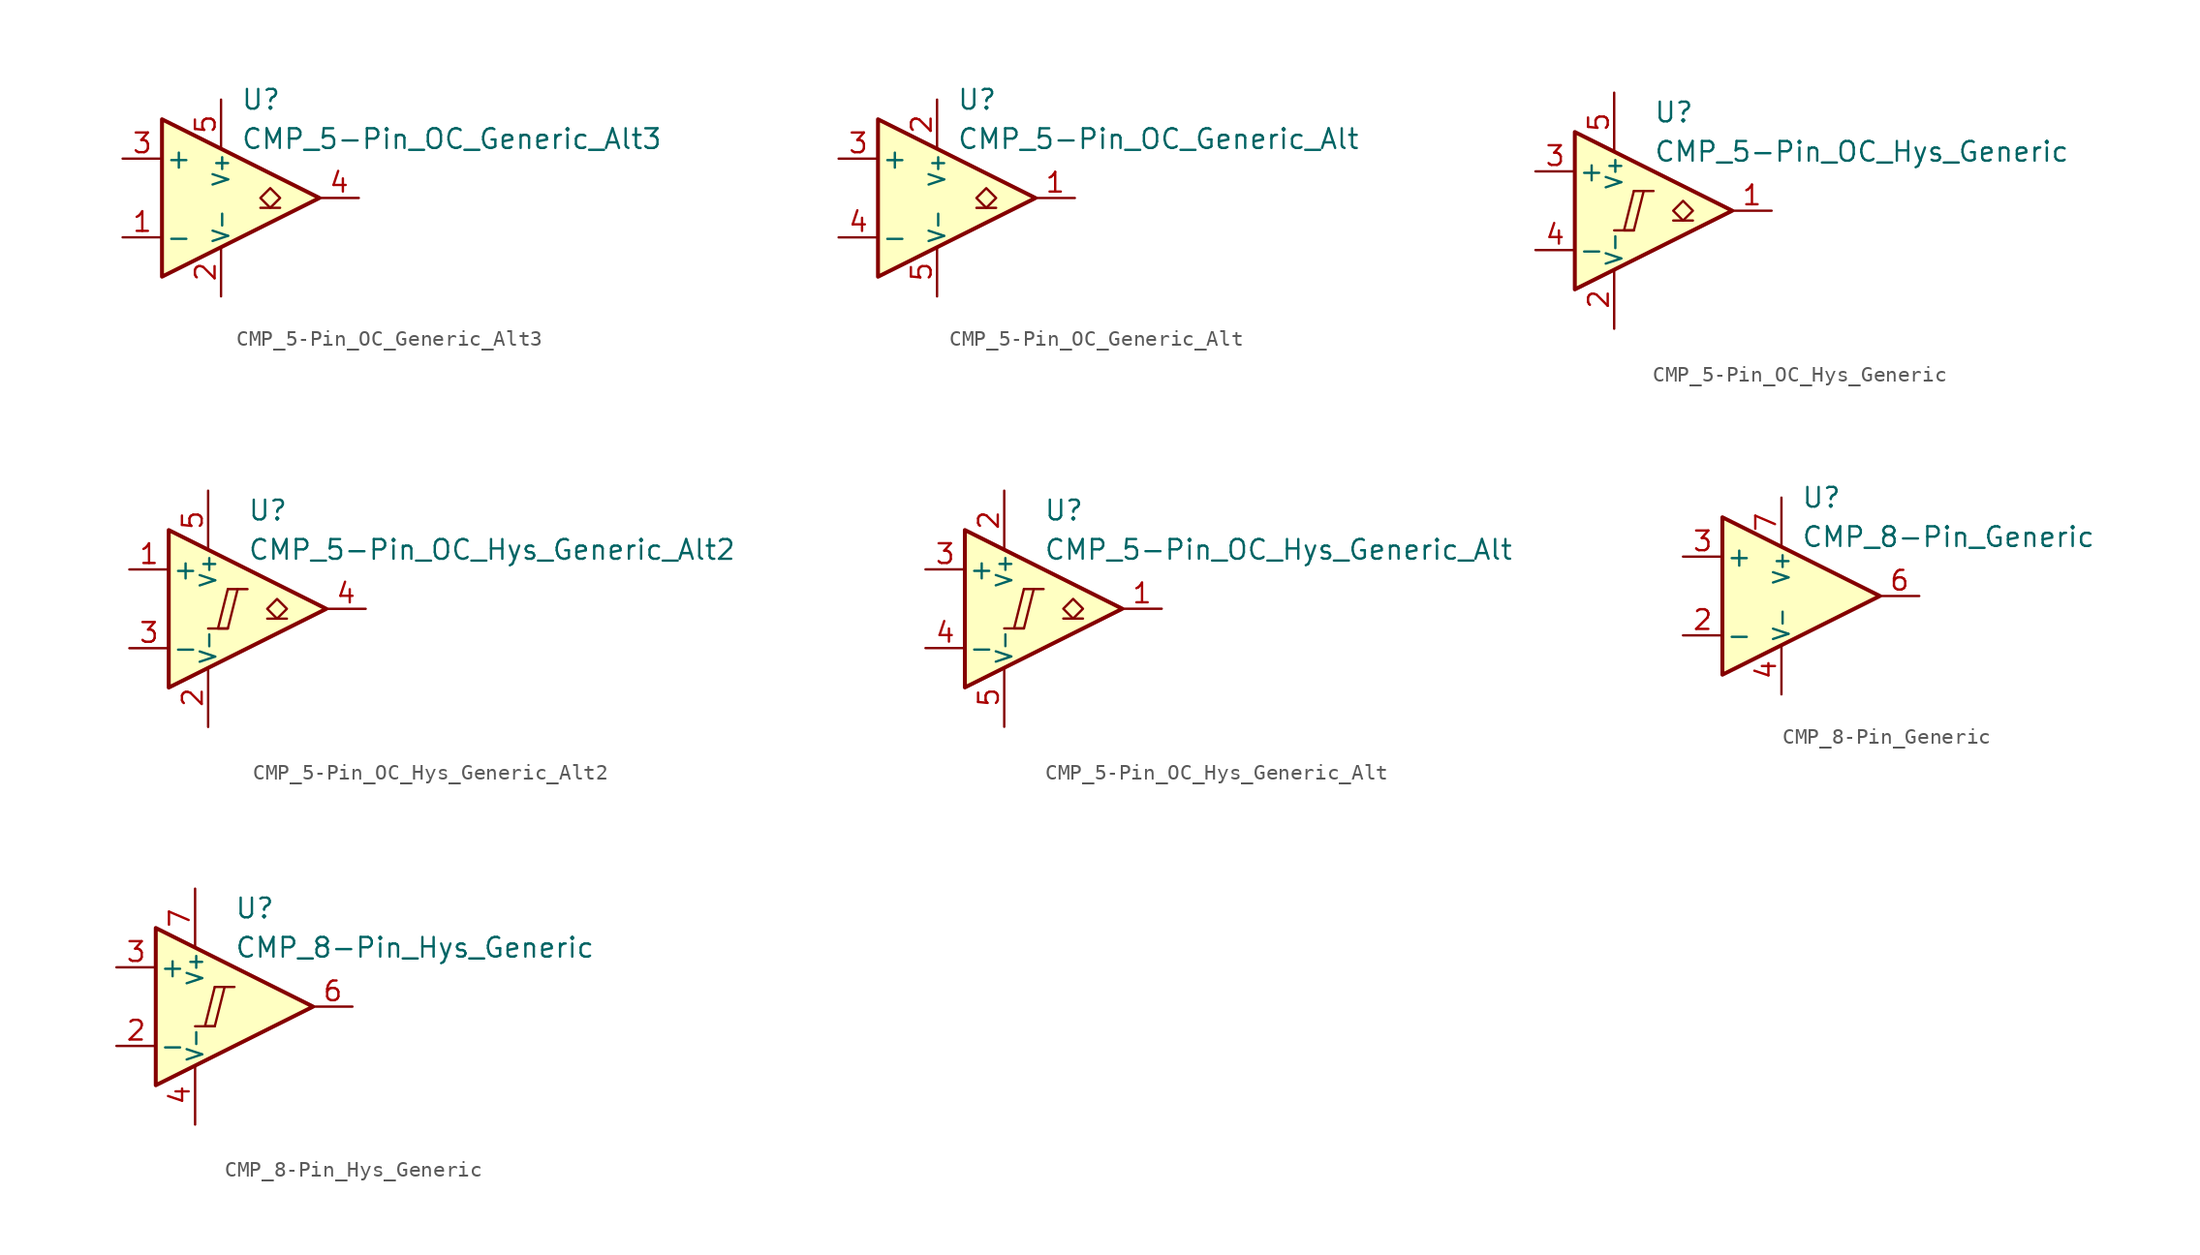
<source format=kicad_sym>
(kicad_symbol_lib
  (version 20211014)
  (generator kicad_symbol_editor)
  (symbol "CMP_5-Pin_OC_Generic_Alt3"
    (pin_names
      (offset 0.2))
    (property "Reference" "U"
      (at 1.27 6.35 0)
      (effects (font (size 1.27 1.27)) (justify left)))
    (property "Value" "CMP_5-Pin_OC_Generic_Alt3"
      (at 1.27 3.81 0)
      (effects (font (size 1.27 1.27)) (justify left)))
    (symbol "CMP_5-Pin_OC_Generic_Alt3_0_1"
      (polyline (pts (xy -3.81 5.08) (xy -3.81 -5.08) (xy 6.35 0) (xy -3.81 5.08)) (stroke (width 0.254) (type default) (color 0 0 0 0)) (fill (type background))))
    (symbol "CMP_5-Pin_OC_Generic_Alt3_1_1"
      (polyline (pts (xy 3.81 -0.635) (xy 2.54 -0.635)) (stroke (width 0.152) (type default) (color 0 0 0 0)) (fill (type none)))
      (polyline (pts (xy 3.175 -0.635) (xy 2.54 0) (xy 3.175 0.635) (xy 3.81 0) (xy 3.175 -0.635)) (stroke (width 0.152) (type default) (color 0 0 0 0)) (fill (type none)))
      (pin input line (at -6.35 -2.54 0) (length 2.54) (name "-" (effects (font (size 1.27 1.27)))) (number "1" (effects (font (size 1.27 1.27)))))
      (pin power_in line (at 0 -6.35 90) (length 3.18) (name "V-" (effects (font (size 1 1)))) (number "2" (effects (font (size 1.27 1.27)))))
      (pin input line (at -6.35 2.54 0) (length 2.54) (name "+" (effects (font (size 1.27 1.27)))) (number "3" (effects (font (size 1.27 1.27)))))
      (pin open_collector line (at 8.89 0 180) (length 2.54) (name "~" (effects (font (size 1.27 1.27)))) (number "4" (effects (font (size 1.27 1.27)))))
      (pin power_in line (at 0 6.35 270) (length 3.18) (name "V+" (effects (font (size 1 1)))) (number "5" (effects (font (size 1.27 1.27)))))))
  (symbol "CMP_5-Pin_OC_Generic_Alt"
    (pin_names
      (offset 0.2))
    (property "Reference" "U"
      (at 1.27 6.35 0)
      (effects (font (size 1.27 1.27)) (justify left)))
    (property "Value" "CMP_5-Pin_OC_Generic_Alt"
      (at 1.27 3.81 0)
      (effects (font (size 1.27 1.27)) (justify left)))
    (symbol "CMP_5-Pin_OC_Generic_Alt_0_1"
      (polyline (pts (xy -3.81 5.08) (xy -3.81 -5.08) (xy 6.35 0) (xy -3.81 5.08)) (stroke (width 0.254) (type default) (color 0 0 0 0)) (fill (type background))))
    (symbol "CMP_5-Pin_OC_Generic_Alt_1_1"
      (polyline (pts (xy 3.81 -0.635) (xy 2.54 -0.635)) (stroke (width 0.152) (type default) (color 0 0 0 0)) (fill (type none)))
      (polyline (pts (xy 3.175 -0.635) (xy 2.54 0) (xy 3.175 0.635) (xy 3.81 0) (xy 3.175 -0.635)) (stroke (width 0.152) (type default) (color 0 0 0 0)) (fill (type none)))
      (pin open_collector line (at 8.89 0 180) (length 2.54) (name "~" (effects (font (size 1.27 1.27)))) (number "1" (effects (font (size 1.27 1.27)))))
      (pin power_in line (at 0 6.35 270) (length 3.18) (name "V+" (effects (font (size 1 1)))) (number "2" (effects (font (size 1.27 1.27)))))
      (pin input line (at -6.35 2.54 0) (length 2.54) (name "+" (effects (font (size 1.27 1.27)))) (number "3" (effects (font (size 1.27 1.27)))))
      (pin input line (at -6.35 -2.54 0) (length 2.54) (name "-" (effects (font (size 1.27 1.27)))) (number "4" (effects (font (size 1.27 1.27)))))
      (pin power_in line (at 0 -6.35 90) (length 3.18) (name "V-" (effects (font (size 1 1)))) (number "5" (effects (font (size 1.27 1.27)))))))
  (symbol "CMP_5-Pin_OC_Hys_Generic"
    (pin_names
      (offset 0.2))
    (property "Reference" "U"
      (at 1.27 6.35 0)
      (effects (font (size 1.27 1.27)) (justify left)))
    (property "Value" "CMP_5-Pin_OC_Hys_Generic"
      (at 1.27 3.81 0)
      (effects (font (size 1.27 1.27)) (justify left)))
    (symbol "CMP_5-Pin_OC_Hys_Generic_0_0"
      (polyline (pts (xy -1.27 -1.27) (xy 0 -1.27)) (stroke (width 0.152) (type default) (color 0 0 0 0)) (fill (type none)))
      (polyline (pts (xy 0 1.27) (xy 1.27 1.27)) (stroke (width 0.152) (type default) (color 0 0 0 0)) (fill (type none)))
      (polyline (pts (xy 0 1.27) (xy -0.635 -1.27) (xy 0 -1.27) (xy 0.635 1.27)) (stroke (width 0.152) (type default) (color 0 0 0 0)) (fill (type none))))
    (symbol "CMP_5-Pin_OC_Hys_Generic_0_1"
      (polyline (pts (xy -3.81 5.08) (xy -3.81 -5.08) (xy 6.35 0) (xy -3.81 5.08)) (stroke (width 0.254) (type default) (color 0 0 0 0)) (fill (type background))))
    (symbol "CMP_5-Pin_OC_Hys_Generic_1_1"
      (polyline (pts (xy 3.81 -0.635) (xy 2.54 -0.635)) (stroke (width 0.152) (type default) (color 0 0 0 0)) (fill (type none)))
      (polyline (pts (xy 3.175 -0.635) (xy 2.54 0) (xy 3.175 0.635) (xy 3.81 0) (xy 3.175 -0.635)) (stroke (width 0.152) (type default) (color 0 0 0 0)) (fill (type none)))
      (pin open_collector line (at 8.89 0 180) (length 2.54) (name "~" (effects (font (size 1.27 1.27)))) (number "1" (effects (font (size 1.27 1.27)))))
      (pin power_in line (at -1.27 -7.62 90) (length 3.81) (name "V-" (effects (font (size 1 1)))) (number "2" (effects (font (size 1.27 1.27)))))
      (pin input line (at -6.35 2.54 0) (length 2.54) (name "+" (effects (font (size 1.27 1.27)))) (number "3" (effects (font (size 1.27 1.27)))))
      (pin input line (at -6.35 -2.54 0) (length 2.54) (name "-" (effects (font (size 1.27 1.27)))) (number "4" (effects (font (size 1.27 1.27)))))
      (pin power_in line (at -1.27 7.62 270) (length 3.81) (name "V+" (effects (font (size 1 1)))) (number "5" (effects (font (size 1.27 1.27)))))))
  (symbol "CMP_5-Pin_OC_Hys_Generic_Alt2"
    (pin_names
      (offset 0.2))
    (property "Reference" "U"
      (at 1.27 6.35 0)
      (effects (font (size 1.27 1.27)) (justify left)))
    (property "Value" "CMP_5-Pin_OC_Hys_Generic_Alt2"
      (at 1.27 3.81 0)
      (effects (font (size 1.27 1.27)) (justify left)))
    (symbol "CMP_5-Pin_OC_Hys_Generic_Alt2_0_0"
      (polyline (pts (xy -1.27 -1.27) (xy 0 -1.27)) (stroke (width 0.152) (type default) (color 0 0 0 0)) (fill (type none)))
      (polyline (pts (xy 0 1.27) (xy 1.27 1.27)) (stroke (width 0.152) (type default) (color 0 0 0 0)) (fill (type none)))
      (polyline (pts (xy 0 1.27) (xy -0.635 -1.27) (xy 0 -1.27) (xy 0.635 1.27)) (stroke (width 0.152) (type default) (color 0 0 0 0)) (fill (type none))))
    (symbol "CMP_5-Pin_OC_Hys_Generic_Alt2_0_1"
      (polyline (pts (xy -3.81 5.08) (xy -3.81 -5.08) (xy 6.35 0) (xy -3.81 5.08)) (stroke (width 0.254) (type default) (color 0 0 0 0)) (fill (type background))))
    (symbol "CMP_5-Pin_OC_Hys_Generic_Alt2_1_1"
      (polyline (pts (xy 3.81 -0.635) (xy 2.54 -0.635)) (stroke (width 0.152) (type default) (color 0 0 0 0)) (fill (type none)))
      (polyline (pts (xy 3.175 -0.635) (xy 2.54 0) (xy 3.175 0.635) (xy 3.81 0) (xy 3.175 -0.635)) (stroke (width 0.152) (type default) (color 0 0 0 0)) (fill (type none)))
      (pin input line (at -6.35 2.54 0) (length 2.54) (name "+" (effects (font (size 1.27 1.27)))) (number "1" (effects (font (size 1.27 1.27)))))
      (pin power_in line (at -1.27 -7.62 90) (length 3.81) (name "V-" (effects (font (size 1 1)))) (number "2" (effects (font (size 1.27 1.27)))))
      (pin input line (at -6.35 -2.54 0) (length 2.54) (name "-" (effects (font (size 1.27 1.27)))) (number "3" (effects (font (size 1.27 1.27)))))
      (pin open_collector line (at 8.89 0 180) (length 2.54) (name "~" (effects (font (size 1.27 1.27)))) (number "4" (effects (font (size 1.27 1.27)))))
      (pin power_in line (at -1.27 7.62 270) (length 3.81) (name "V+" (effects (font (size 1 1)))) (number "5" (effects (font (size 1.27 1.27)))))))
  (symbol "CMP_5-Pin_OC_Hys_Generic_Alt"
    (pin_names
      (offset 0.2))
    (property "Reference" "U"
      (at 1.27 6.35 0)
      (effects (font (size 1.27 1.27)) (justify left)))
    (property "Value" "CMP_5-Pin_OC_Hys_Generic_Alt"
      (at 1.27 3.81 0)
      (effects (font (size 1.27 1.27)) (justify left)))
    (symbol "CMP_5-Pin_OC_Hys_Generic_Alt_0_0"
      (polyline (pts (xy -1.27 -1.27) (xy 0 -1.27)) (stroke (width 0.152) (type default) (color 0 0 0 0)) (fill (type none)))
      (polyline (pts (xy 0 1.27) (xy 1.27 1.27)) (stroke (width 0.152) (type default) (color 0 0 0 0)) (fill (type none)))
      (polyline (pts (xy 0 1.27) (xy -0.635 -1.27) (xy 0 -1.27) (xy 0.635 1.27)) (stroke (width 0.152) (type default) (color 0 0 0 0)) (fill (type none))))
    (symbol "CMP_5-Pin_OC_Hys_Generic_Alt_0_1"
      (polyline (pts (xy -3.81 5.08) (xy -3.81 -5.08) (xy 6.35 0) (xy -3.81 5.08)) (stroke (width 0.254) (type default) (color 0 0 0 0)) (fill (type background))))
    (symbol "CMP_5-Pin_OC_Hys_Generic_Alt_1_1"
      (polyline (pts (xy 3.81 -0.635) (xy 2.54 -0.635)) (stroke (width 0.152) (type default) (color 0 0 0 0)) (fill (type none)))
      (polyline (pts (xy 3.175 -0.635) (xy 2.54 0) (xy 3.175 0.635) (xy 3.81 0) (xy 3.175 -0.635)) (stroke (width 0.152) (type default) (color 0 0 0 0)) (fill (type none)))
      (pin open_collector line (at 8.89 0 180) (length 2.54) (name "~" (effects (font (size 1.27 1.27)))) (number "1" (effects (font (size 1.27 1.27)))))
      (pin power_in line (at -1.27 7.62 270) (length 3.81) (name "V+" (effects (font (size 1 1)))) (number "2" (effects (font (size 1.27 1.27)))))
      (pin input line (at -6.35 2.54 0) (length 2.54) (name "+" (effects (font (size 1.27 1.27)))) (number "3" (effects (font (size 1.27 1.27)))))
      (pin input line (at -6.35 -2.54 0) (length 2.54) (name "-" (effects (font (size 1.27 1.27)))) (number "4" (effects (font (size 1.27 1.27)))))
      (pin power_in line (at -1.27 -7.62 90) (length 3.81) (name "V-" (effects (font (size 1 1)))) (number "5" (effects (font (size 1.27 1.27)))))))
  (symbol "CMP_8-Pin_Generic"
    (pin_names
      (offset 0.2))
    (property "Reference" "U"
      (at 1.27 6.35 0)
      (effects (font (size 1.27 1.27)) (justify left)))
    (property "Value" "CMP_8-Pin_Generic"
      (at 1.27 3.81 0)
      (effects (font (size 1.27 1.27)) (justify left)))
    (symbol "CMP_8-Pin_Generic_0_1"
      (polyline (pts (xy -3.81 5.08) (xy -3.81 -5.08) (xy 6.35 0) (xy -3.81 5.08)) (stroke (width 0.254) (type default) (color 0 0 0 0)) (fill (type background))))
    (symbol "CMP_8-Pin_Generic_1_1"
      (pin no_connect line (at -1.27 -2.54 90) (length 2.54) hide (name "NC" (effects (font (size 1.27 1.27)))) (number "1" (effects (font (size 1.27 1.27)))))
      (pin input line (at -6.35 -2.54 0) (length 2.54) (name "-" (effects (font (size 1.27 1.27)))) (number "2" (effects (font (size 1.27 1.27)))))
      (pin input line (at -6.35 2.54 0) (length 2.54) (name "+" (effects (font (size 1.27 1.27)))) (number "3" (effects (font (size 1.27 1.27)))))
      (pin power_in line (at 0 -6.35 90) (length 3.18) (name "V-" (effects (font (size 1 1)))) (number "4" (effects (font (size 1.27 1.27)))))
      (pin no_connect line (at -1.27 2.54 270) (length 2.54) hide (name "NC" (effects (font (size 1.27 1.27)))) (number "5" (effects (font (size 1.27 1.27)))))
      (pin output line (at 8.89 0 180) (length 2.54) (name "~" (effects (font (size 1.27 1.27)))) (number "6" (effects (font (size 1.27 1.27)))))
      (pin power_in line (at 0 6.35 270) (length 3.18) (name "V+" (effects (font (size 1 1)))) (number "7" (effects (font (size 1.27 1.27)))))
      (pin no_connect line (at 1.27 -1.27 90) (length 2.54) hide (name "NC" (effects (font (size 1.27 1.27)))) (number "8" (effects (font (size 1.27 1.27)))))))
  (symbol "CMP_8-Pin_Hys_Generic"
    (pin_names
      (offset 0.2))
    (property "Reference" "U"
      (at 1.27 6.35 0)
      (effects (font (size 1.27 1.27)) (justify left)))
    (property "Value" "CMP_8-Pin_Hys_Generic"
      (at 1.27 3.81 0)
      (effects (font (size 1.27 1.27)) (justify left)))
    (symbol "CMP_8-Pin_Hys_Generic_0_0"
      (polyline (pts (xy -1.27 -1.27) (xy 0 -1.27)) (stroke (width 0.152) (type default) (color 0 0 0 0)) (fill (type none)))
      (polyline (pts (xy 0 1.27) (xy 1.27 1.27)) (stroke (width 0.152) (type default) (color 0 0 0 0)) (fill (type none)))
      (polyline (pts (xy 0 1.27) (xy -0.635 -1.27) (xy 0 -1.27) (xy 0.635 1.27)) (stroke (width 0.152) (type default) (color 0 0 0 0)) (fill (type none))))
    (symbol "CMP_8-Pin_Hys_Generic_0_1"
      (polyline (pts (xy -3.81 5.08) (xy -3.81 -5.08) (xy 6.35 0) (xy -3.81 5.08)) (stroke (width 0.254) (type default) (color 0 0 0 0)) (fill (type background))))
    (symbol "CMP_8-Pin_Hys_Generic_1_1"
      (pin no_connect line (at 0 -2.54 90) (length 2.54) hide (name "NC" (effects (font (size 1.27 1.27)))) (number "1" (effects (font (size 1.27 1.27)))))
      (pin input line (at -6.35 -2.54 0) (length 2.54) (name "-" (effects (font (size 1.27 1.27)))) (number "2" (effects (font (size 1.27 1.27)))))
      (pin input line (at -6.35 2.54 0) (length 2.54) (name "+" (effects (font (size 1.27 1.27)))) (number "3" (effects (font (size 1.27 1.27)))))
      (pin power_in line (at -1.27 -7.62 90) (length 3.81) (name "V-" (effects (font (size 1 1)))) (number "4" (effects (font (size 1.27 1.27)))))
      (pin no_connect line (at 0 2.54 270) (length 2.54) hide (name "NC" (effects (font (size 1.27 1.27)))) (number "5" (effects (font (size 1.27 1.27)))))
      (pin output line (at 8.89 0 180) (length 2.54) (name "~" (effects (font (size 1.27 1.27)))) (number "6" (effects (font (size 1.27 1.27)))))
      (pin power_in line (at -1.27 7.62 270) (length 3.81) (name "V+" (effects (font (size 1 1)))) (number "7" (effects (font (size 1.27 1.27)))))
      (pin no_connect line (at 1.27 -1.27 90) (length 2.54) hide (name "NC" (effects (font (size 1.27 1.27)))) (number "8" (effects (font (size 1.27 1.27))))))))
</source>
